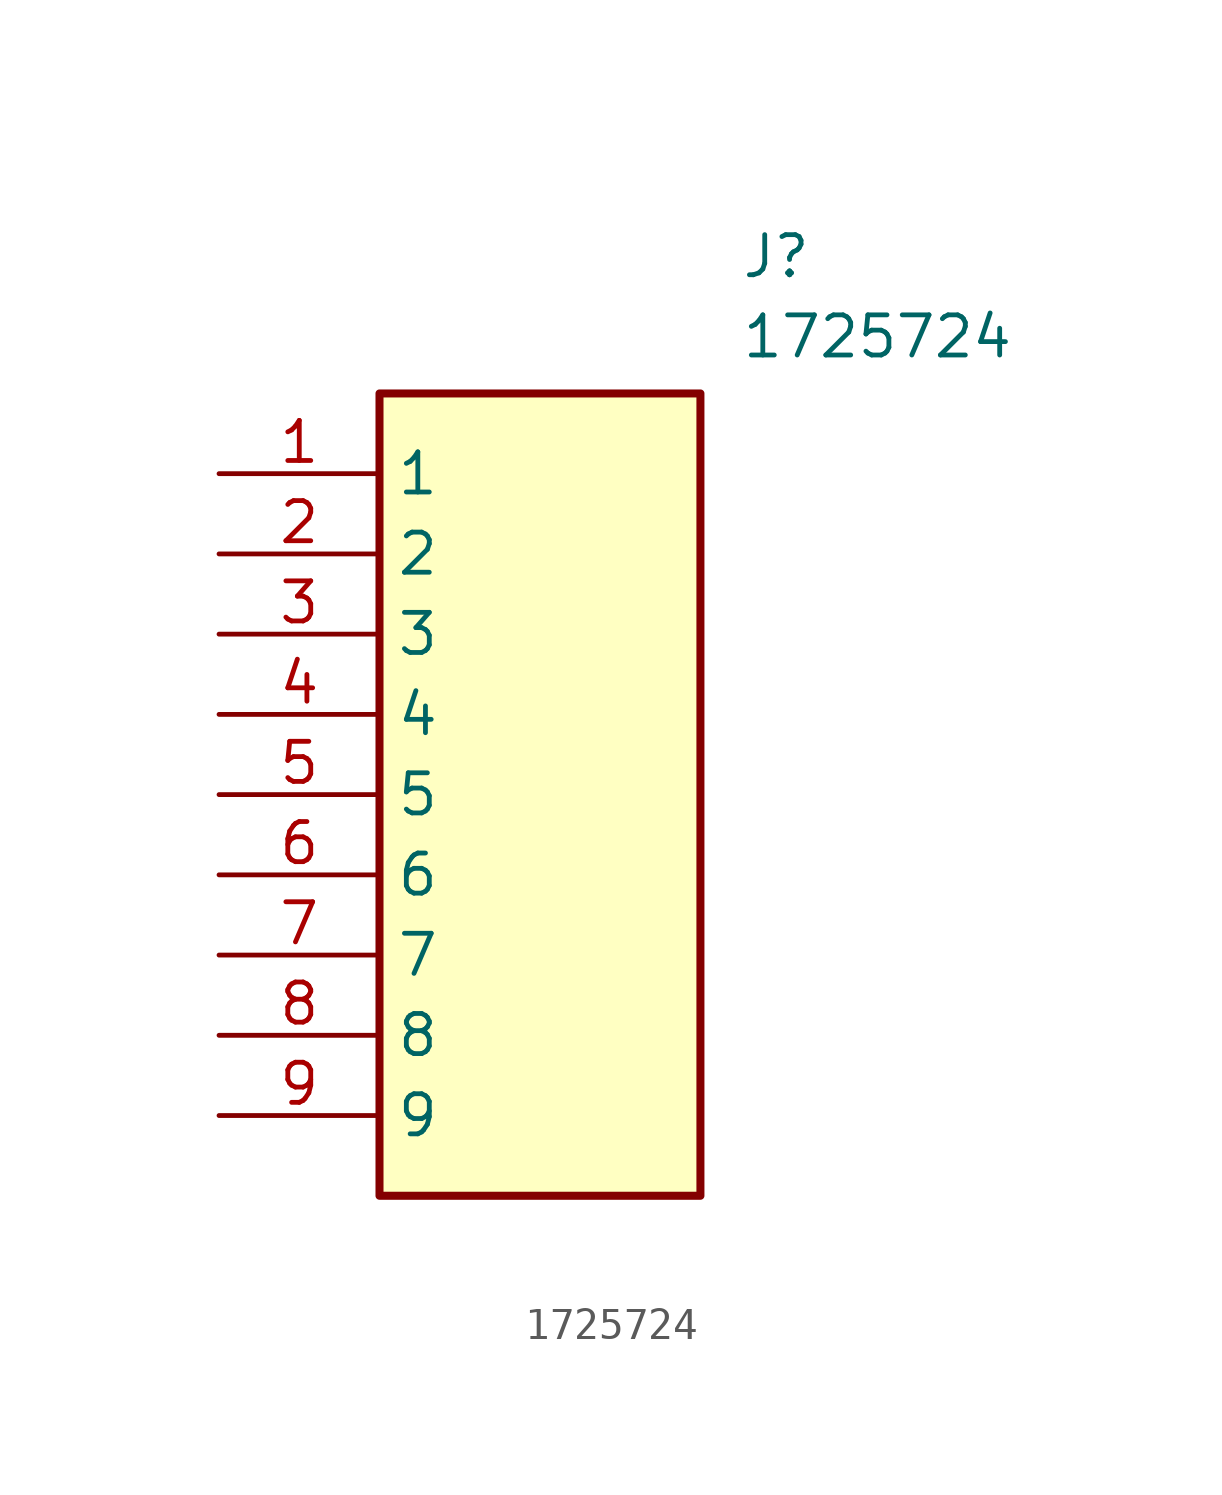
<source format=kicad_sym>
(kicad_symbol_lib
  (version 20211014)
  (generator SamacSys_ECAD_Model)
  (symbol "1725724"
    (property "Reference" "J"
      (at 16.51 7.62 0)
      (effects (font (size 1.27 1.27)) (justify left top)))
    (property "Value" "1725724"
      (at 16.51 5.08 0)
      (effects (font (size 1.27 1.27)) (justify left top)))
    (rectangle
      (start 5.08 2.54)
      (end 15.24 -22.86)
      (stroke (width 0.254) (type default))
      (fill (type background)))
    (pin passive line
      (at 0 0 0)
      (length 5.08)
      (name "1" (effects (font (size 1.27 1.27))))
      (number "1" (effects (font (size 1.27 1.27)))))
    (pin passive line
      (at 0 -2.54 0)
      (length 5.08)
      (name "2" (effects (font (size 1.27 1.27))))
      (number "2" (effects (font (size 1.27 1.27)))))
    (pin passive line
      (at 0 -5.08 0)
      (length 5.08)
      (name "3" (effects (font (size 1.27 1.27))))
      (number "3" (effects (font (size 1.27 1.27)))))
    (pin passive line
      (at 0 -7.62 0)
      (length 5.08)
      (name "4" (effects (font (size 1.27 1.27))))
      (number "4" (effects (font (size 1.27 1.27)))))
    (pin passive line
      (at 0 -10.16 0)
      (length 5.08)
      (name "5" (effects (font (size 1.27 1.27))))
      (number "5" (effects (font (size 1.27 1.27)))))
    (pin passive line
      (at 0 -12.7 0)
      (length 5.08)
      (name "6" (effects (font (size 1.27 1.27))))
      (number "6" (effects (font (size 1.27 1.27)))))
    (pin passive line
      (at 0 -15.24 0)
      (length 5.08)
      (name "7" (effects (font (size 1.27 1.27))))
      (number "7" (effects (font (size 1.27 1.27)))))
    (pin passive line
      (at 0 -17.78 0)
      (length 5.08)
      (name "8" (effects (font (size 1.27 1.27))))
      (number "8" (effects (font (size 1.27 1.27)))))
    (pin passive line
      (at 0 -20.32 0)
      (length 5.08)
      (name "9" (effects (font (size 1.27 1.27))))
      (number "9" (effects (font (size 1.27 1.27)))))))
</source>
